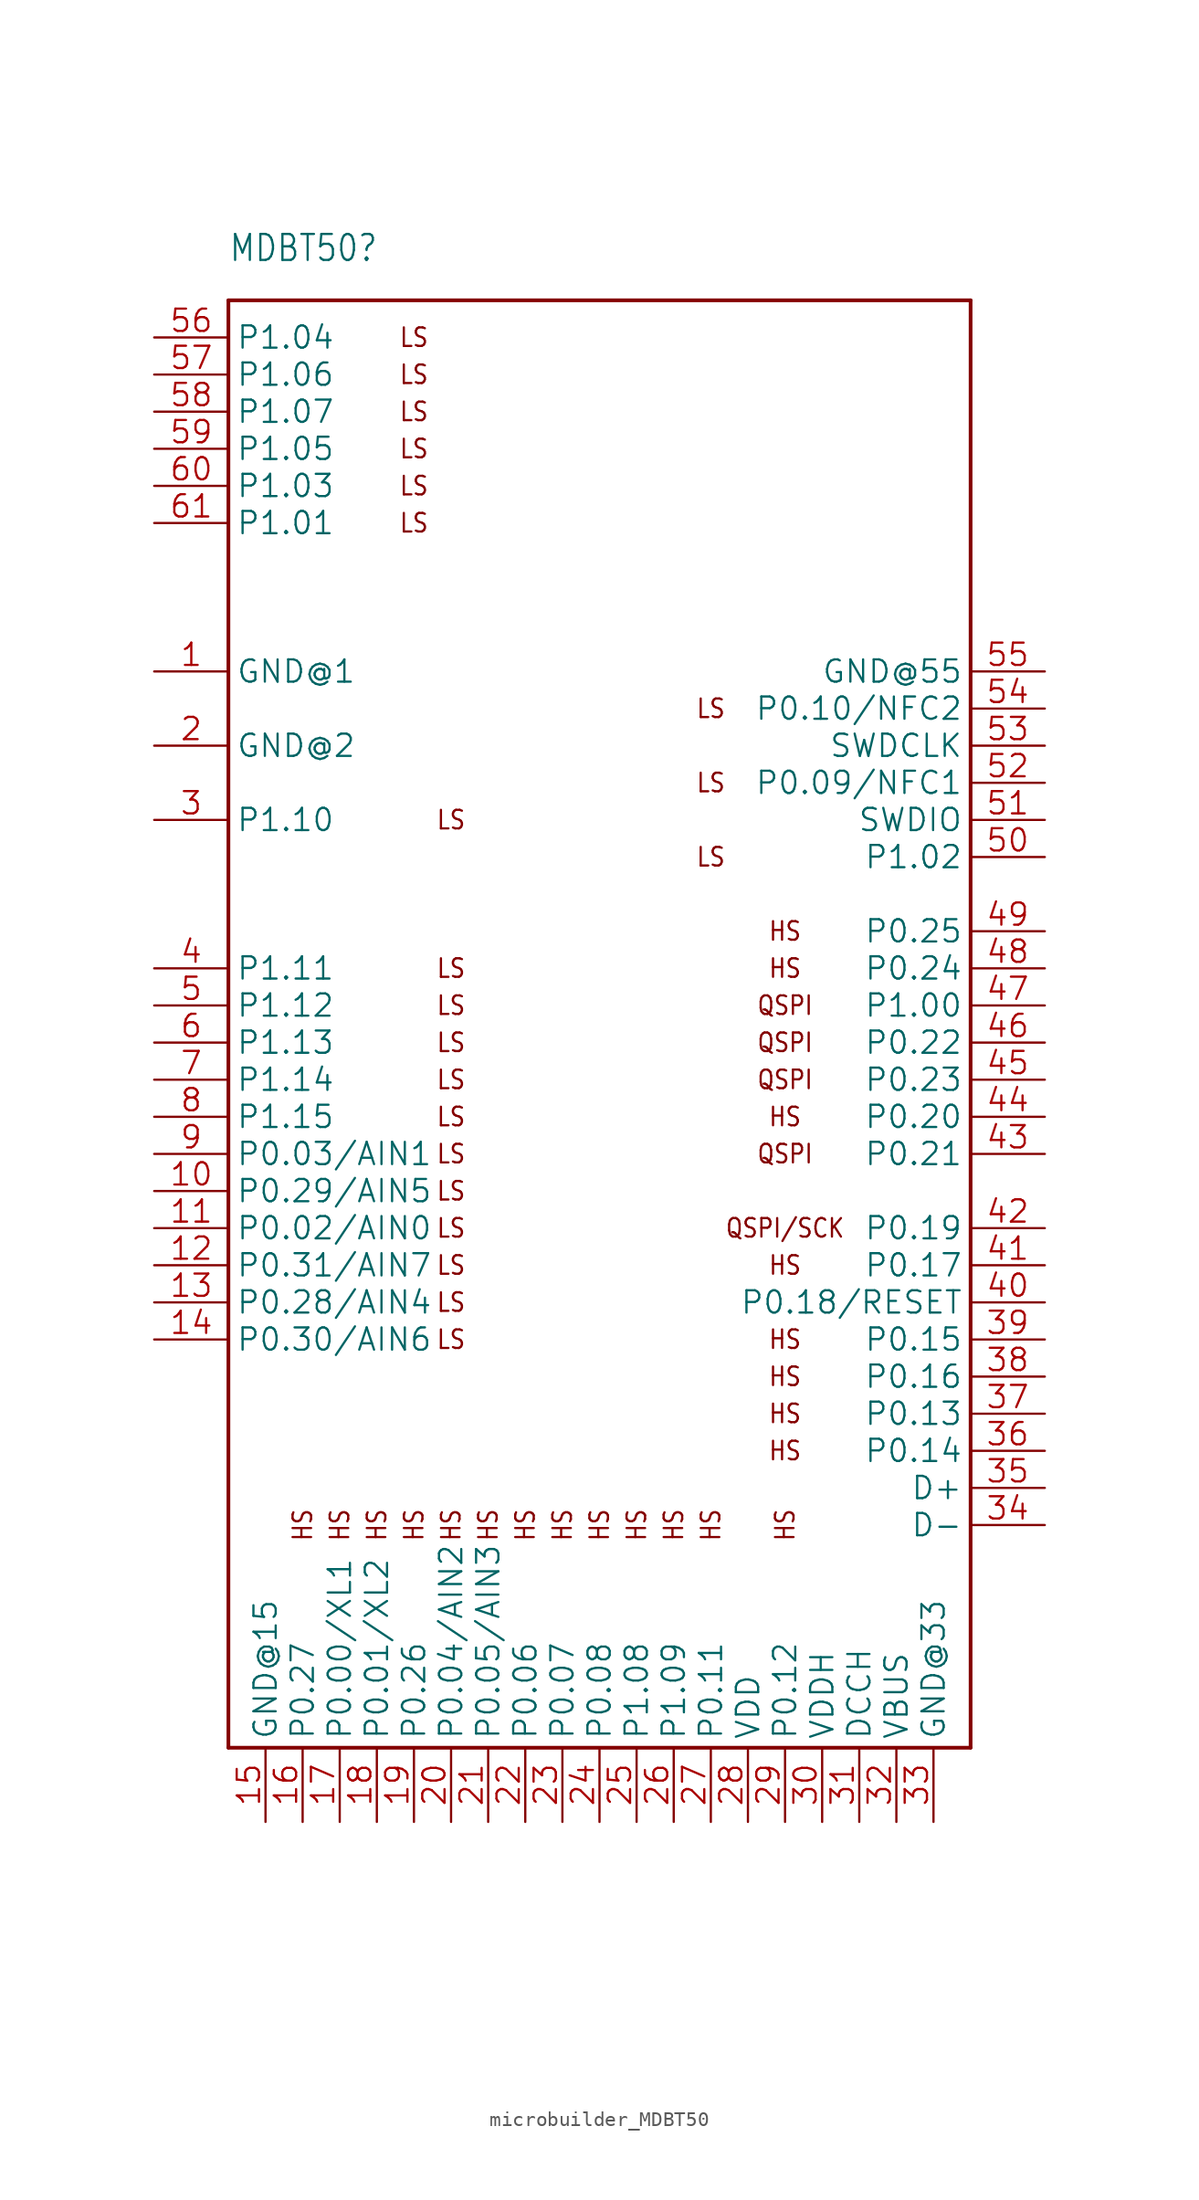
<source format=kicad_sym>
(kicad_symbol_lib
  (version 20241209)
  (generator "kicad_symbol_editor")
  (generator_version "9.0")
  (symbol "microbuilder_MDBT50"
    (property "Reference" "MDBT50"
      (at -25.4 50.8 0)
      (effects (font (size 1.778 1.511)) (justify left bottom)))
    (property "Value" ""
      (at -25.4 -63.5 0)
      (effects (font (size 1.778 1.511)) (justify left bottom)))
    (property "ki_locked" ""
      (at 0 0 0)
      (effects (font (size 1.27 1.27))))
    (symbol "microbuilder_MDBT50_1_0"
      (polyline (pts (xy -25.4 48.26) (xy -25.4 -50.8)) (stroke (width 0.254) (type solid)) (fill (type none)))
      (polyline (pts (xy -25.4 -50.8) (xy 25.4 -50.8)) (stroke (width 0.254) (type solid)) (fill (type none)))
      (polyline (pts (xy 25.4 48.26) (xy -25.4 48.26)) (stroke (width 0.254) (type solid)) (fill (type none)))
      (polyline (pts (xy 25.4 -50.8) (xy 25.4 48.26)) (stroke (width 0.254) (type solid)) (fill (type none)))
      (text "HS" (at -20.32 -35.56 900) (effects (font (size 1.27 1.079))))
      (text "HS" (at -17.78 -35.56 900) (effects (font (size 1.27 1.079))))
      (text "HS" (at -15.24 -35.56 900) (effects (font (size 1.27 1.079))))
      (text "LS" (at -12.7 45.72 0) (effects (font (size 1.27 1.079))))
      (text "LS" (at -12.7 43.18 0) (effects (font (size 1.27 1.079))))
      (text "LS" (at -12.7 40.64 0) (effects (font (size 1.27 1.079))))
      (text "LS" (at -12.7 38.1 0) (effects (font (size 1.27 1.079))))
      (text "LS" (at -12.7 35.56 0) (effects (font (size 1.27 1.079))))
      (text "LS" (at -12.7 33.02 0) (effects (font (size 1.27 1.079))))
      (text "HS" (at -12.7 -35.56 900) (effects (font (size 1.27 1.079))))
      (text "LS" (at -10.16 12.7 0) (effects (font (size 1.27 1.079))))
      (text "LS" (at -10.16 2.54 0) (effects (font (size 1.27 1.079))))
      (text "LS" (at -10.16 0 0) (effects (font (size 1.27 1.079))))
      (text "LS" (at -10.16 -2.54 0) (effects (font (size 1.27 1.079))))
      (text "LS" (at -10.16 -5.08 0) (effects (font (size 1.27 1.079))))
      (text "LS" (at -10.16 -7.62 0) (effects (font (size 1.27 1.079))))
      (text "LS" (at -10.16 -10.16 0) (effects (font (size 1.27 1.079))))
      (text "LS" (at -10.16 -12.7 0) (effects (font (size 1.27 1.079))))
      (text "LS" (at -10.16 -15.24 0) (effects (font (size 1.27 1.079))))
      (text "LS" (at -10.16 -17.78 0) (effects (font (size 1.27 1.079))))
      (text "LS" (at -10.16 -20.32 0) (effects (font (size 1.27 1.079))))
      (text "LS" (at -10.16 -22.86 0) (effects (font (size 1.27 1.079))))
      (text "HS" (at -10.16 -35.56 900) (effects (font (size 1.27 1.079))))
      (text "HS" (at -7.62 -35.56 900) (effects (font (size 1.27 1.079))))
      (text "HS" (at -5.08 -35.56 900) (effects (font (size 1.27 1.079))))
      (text "HS" (at -2.54 -35.56 900) (effects (font (size 1.27 1.079))))
      (text "HS" (at 0 -35.56 900) (effects (font (size 1.27 1.079))))
      (text "HS" (at 2.54 -35.56 900) (effects (font (size 1.27 1.079))))
      (text "HS" (at 5.08 -35.56 900) (effects (font (size 1.27 1.079))))
      (text "LS" (at 7.62 20.32 0) (effects (font (size 1.27 1.079))))
      (text "LS" (at 7.62 15.24 0) (effects (font (size 1.27 1.079))))
      (text "LS" (at 7.62 10.16 0) (effects (font (size 1.27 1.079))))
      (text "HS" (at 7.62 -35.56 900) (effects (font (size 1.27 1.079))))
      (text "HS" (at 12.7 5.08 0) (effects (font (size 1.27 1.079))))
      (text "HS" (at 12.7 2.54 0) (effects (font (size 1.27 1.079))))
      (text "QSPI" (at 12.7 0 0) (effects (font (size 1.27 1.079))))
      (text "QSPI" (at 12.7 -2.54 0) (effects (font (size 1.27 1.079))))
      (text "QSPI" (at 12.7 -5.08 0) (effects (font (size 1.27 1.079))))
      (text "HS" (at 12.7 -7.62 0) (effects (font (size 1.27 1.079))))
      (text "QSPI" (at 12.7 -10.16 0) (effects (font (size 1.27 1.079))))
      (text "QSPI/SCK" (at 12.7 -15.24 0) (effects (font (size 1.27 1.079))))
      (text "HS" (at 12.7 -17.78 0) (effects (font (size 1.27 1.079))))
      (text "HS" (at 12.7 -22.86 0) (effects (font (size 1.27 1.079))))
      (text "HS" (at 12.7 -25.4 0) (effects (font (size 1.27 1.079))))
      (text "HS" (at 12.7 -27.94 0) (effects (font (size 1.27 1.079))))
      (text "HS" (at 12.7 -30.48 0) (effects (font (size 1.27 1.079))))
      (text "HS" (at 12.7 -35.56 900) (effects (font (size 1.27 1.079))))
      (pin bidirectional line (at -30.48 45.72 0) (length 5.08) (name "P1.04" (effects (font (size 1.524 1.524)))) (number "56" (effects (font (size 1.524 1.524)))))
      (pin bidirectional line (at -30.48 43.18 0) (length 5.08) (name "P1.06" (effects (font (size 1.524 1.524)))) (number "57" (effects (font (size 1.524 1.524)))))
      (pin bidirectional line (at -30.48 40.64 0) (length 5.08) (name "P1.07" (effects (font (size 1.524 1.524)))) (number "58" (effects (font (size 1.524 1.524)))))
      (pin bidirectional line (at -30.48 38.1 0) (length 5.08) (name "P1.05" (effects (font (size 1.524 1.524)))) (number "59" (effects (font (size 1.524 1.524)))))
      (pin bidirectional line (at -30.48 35.56 0) (length 5.08) (name "P1.03" (effects (font (size 1.524 1.524)))) (number "60" (effects (font (size 1.524 1.524)))))
      (pin bidirectional line (at -30.48 33.02 0) (length 5.08) (name "P1.01" (effects (font (size 1.524 1.524)))) (number "61" (effects (font (size 1.524 1.524)))))
      (pin bidirectional line (at -30.48 22.86 0) (length 5.08) (name "GND@1" (effects (font (size 1.524 1.524)))) (number "1" (effects (font (size 1.524 1.524)))))
      (pin bidirectional line (at -30.48 17.78 0) (length 5.08) (name "GND@2" (effects (font (size 1.524 1.524)))) (number "2" (effects (font (size 1.524 1.524)))))
      (pin bidirectional line (at -30.48 12.7 0) (length 5.08) (name "P1.10" (effects (font (size 1.524 1.524)))) (number "3" (effects (font (size 1.524 1.524)))))
      (pin bidirectional line (at -30.48 2.54 0) (length 5.08) (name "P1.11" (effects (font (size 1.524 1.524)))) (number "4" (effects (font (size 1.524 1.524)))))
      (pin bidirectional line (at -30.48 0 0) (length 5.08) (name "P1.12" (effects (font (size 1.524 1.524)))) (number "5" (effects (font (size 1.524 1.524)))))
      (pin bidirectional line (at -30.48 -2.54 0) (length 5.08) (name "P1.13" (effects (font (size 1.524 1.524)))) (number "6" (effects (font (size 1.524 1.524)))))
      (pin bidirectional line (at -30.48 -5.08 0) (length 5.08) (name "P1.14" (effects (font (size 1.524 1.524)))) (number "7" (effects (font (size 1.524 1.524)))))
      (pin bidirectional line (at -30.48 -7.62 0) (length 5.08) (name "P1.15" (effects (font (size 1.524 1.524)))) (number "8" (effects (font (size 1.524 1.524)))))
      (pin bidirectional line (at -30.48 -10.16 0) (length 5.08) (name "P0.03/AIN1" (effects (font (size 1.524 1.524)))) (number "9" (effects (font (size 1.524 1.524)))))
      (pin bidirectional line (at -30.48 -12.7 0) (length 5.08) (name "P0.29/AIN5" (effects (font (size 1.524 1.524)))) (number "10" (effects (font (size 1.524 1.524)))))
      (pin bidirectional line (at -30.48 -15.24 0) (length 5.08) (name "P0.02/AIN0" (effects (font (size 1.524 1.524)))) (number "11" (effects (font (size 1.524 1.524)))))
      (pin bidirectional line (at -30.48 -17.78 0) (length 5.08) (name "P0.31/AIN7" (effects (font (size 1.524 1.524)))) (number "12" (effects (font (size 1.524 1.524)))))
      (pin bidirectional line (at -30.48 -20.32 0) (length 5.08) (name "P0.28/AIN4" (effects (font (size 1.524 1.524)))) (number "13" (effects (font (size 1.524 1.524)))))
      (pin bidirectional line (at -30.48 -22.86 0) (length 5.08) (name "P0.30/AIN6" (effects (font (size 1.524 1.524)))) (number "14" (effects (font (size 1.524 1.524)))))
      (pin bidirectional line (at -22.86 -55.88 90) (length 5.08) (name "GND@15" (effects (font (size 1.524 1.524)))) (number "15" (effects (font (size 1.524 1.524)))))
      (pin bidirectional line (at -20.32 -55.88 90) (length 5.08) (name "P0.27" (effects (font (size 1.524 1.524)))) (number "16" (effects (font (size 1.524 1.524)))))
      (pin bidirectional line (at -17.78 -55.88 90) (length 5.08) (name "P0.00/XL1" (effects (font (size 1.524 1.524)))) (number "17" (effects (font (size 1.524 1.524)))))
      (pin bidirectional line (at -15.24 -55.88 90) (length 5.08) (name "P0.01/XL2" (effects (font (size 1.524 1.524)))) (number "18" (effects (font (size 1.524 1.524)))))
      (pin bidirectional line (at -12.7 -55.88 90) (length 5.08) (name "P0.26" (effects (font (size 1.524 1.524)))) (number "19" (effects (font (size 1.524 1.524)))))
      (pin bidirectional line (at -10.16 -55.88 90) (length 5.08) (name "P0.04/AIN2" (effects (font (size 1.524 1.524)))) (number "20" (effects (font (size 1.524 1.524)))))
      (pin bidirectional line (at -7.62 -55.88 90) (length 5.08) (name "P0.05/AIN3" (effects (font (size 1.524 1.524)))) (number "21" (effects (font (size 1.524 1.524)))))
      (pin bidirectional line (at -5.08 -55.88 90) (length 5.08) (name "P0.06" (effects (font (size 1.524 1.524)))) (number "22" (effects (font (size 1.524 1.524)))))
      (pin bidirectional line (at -2.54 -55.88 90) (length 5.08) (name "P0.07" (effects (font (size 1.524 1.524)))) (number "23" (effects (font (size 1.524 1.524)))))
      (pin bidirectional line (at 0 -55.88 90) (length 5.08) (name "P0.08" (effects (font (size 1.524 1.524)))) (number "24" (effects (font (size 1.524 1.524)))))
      (pin bidirectional line (at 2.54 -55.88 90) (length 5.08) (name "P1.08" (effects (font (size 1.524 1.524)))) (number "25" (effects (font (size 1.524 1.524)))))
      (pin bidirectional line (at 5.08 -55.88 90) (length 5.08) (name "P1.09" (effects (font (size 1.524 1.524)))) (number "26" (effects (font (size 1.524 1.524)))))
      (pin bidirectional line (at 7.62 -55.88 90) (length 5.08) (name "P0.11" (effects (font (size 1.524 1.524)))) (number "27" (effects (font (size 1.524 1.524)))))
      (pin bidirectional line (at 10.16 -55.88 90) (length 5.08) (name "VDD" (effects (font (size 1.524 1.524)))) (number "28" (effects (font (size 1.524 1.524)))))
      (pin bidirectional line (at 12.7 -55.88 90) (length 5.08) (name "P0.12" (effects (font (size 1.524 1.524)))) (number "29" (effects (font (size 1.524 1.524)))))
      (pin bidirectional line (at 15.24 -55.88 90) (length 5.08) (name "VDDH" (effects (font (size 1.524 1.524)))) (number "30" (effects (font (size 1.524 1.524)))))
      (pin bidirectional line (at 17.78 -55.88 90) (length 5.08) (name "DCCH" (effects (font (size 1.524 1.524)))) (number "31" (effects (font (size 1.524 1.524)))))
      (pin bidirectional line (at 20.32 -55.88 90) (length 5.08) (name "VBUS" (effects (font (size 1.524 1.524)))) (number "32" (effects (font (size 1.524 1.524)))))
      (pin bidirectional line (at 22.86 -55.88 90) (length 5.08) (name "GND@33" (effects (font (size 1.524 1.524)))) (number "33" (effects (font (size 1.524 1.524)))))
      (pin bidirectional line (at 30.48 22.86 180) (length 5.08) (name "GND@55" (effects (font (size 1.524 1.524)))) (number "55" (effects (font (size 1.524 1.524)))))
      (pin bidirectional line (at 30.48 20.32 180) (length 5.08) (name "P0.10/NFC2" (effects (font (size 1.524 1.524)))) (number "54" (effects (font (size 1.524 1.524)))))
      (pin bidirectional line (at 30.48 17.78 180) (length 5.08) (name "SWDCLK" (effects (font (size 1.524 1.524)))) (number "53" (effects (font (size 1.524 1.524)))))
      (pin bidirectional line (at 30.48 15.24 180) (length 5.08) (name "P0.09/NFC1" (effects (font (size 1.524 1.524)))) (number "52" (effects (font (size 1.524 1.524)))))
      (pin bidirectional line (at 30.48 12.7 180) (length 5.08) (name "SWDIO" (effects (font (size 1.524 1.524)))) (number "51" (effects (font (size 1.524 1.524)))))
      (pin bidirectional line (at 30.48 10.16 180) (length 5.08) (name "P1.02" (effects (font (size 1.524 1.524)))) (number "50" (effects (font (size 1.524 1.524)))))
      (pin bidirectional line (at 30.48 5.08 180) (length 5.08) (name "P0.25" (effects (font (size 1.524 1.524)))) (number "49" (effects (font (size 1.524 1.524)))))
      (pin bidirectional line (at 30.48 2.54 180) (length 5.08) (name "P0.24" (effects (font (size 1.524 1.524)))) (number "48" (effects (font (size 1.524 1.524)))))
      (pin bidirectional line (at 30.48 0 180) (length 5.08) (name "P1.00" (effects (font (size 1.524 1.524)))) (number "47" (effects (font (size 1.524 1.524)))))
      (pin bidirectional line (at 30.48 -2.54 180) (length 5.08) (name "P0.22" (effects (font (size 1.524 1.524)))) (number "46" (effects (font (size 1.524 1.524)))))
      (pin bidirectional line (at 30.48 -5.08 180) (length 5.08) (name "P0.23" (effects (font (size 1.524 1.524)))) (number "45" (effects (font (size 1.524 1.524)))))
      (pin bidirectional line (at 30.48 -7.62 180) (length 5.08) (name "P0.20" (effects (font (size 1.524 1.524)))) (number "44" (effects (font (size 1.524 1.524)))))
      (pin bidirectional line (at 30.48 -10.16 180) (length 5.08) (name "P0.21" (effects (font (size 1.524 1.524)))) (number "43" (effects (font (size 1.524 1.524)))))
      (pin bidirectional line (at 30.48 -15.24 180) (length 5.08) (name "P0.19" (effects (font (size 1.524 1.524)))) (number "42" (effects (font (size 1.524 1.524)))))
      (pin bidirectional line (at 30.48 -17.78 180) (length 5.08) (name "P0.17" (effects (font (size 1.524 1.524)))) (number "41" (effects (font (size 1.524 1.524)))))
      (pin bidirectional line (at 30.48 -20.32 180) (length 5.08) (name "P0.18/RESET" (effects (font (size 1.524 1.524)))) (number "40" (effects (font (size 1.524 1.524)))))
      (pin bidirectional line (at 30.48 -22.86 180) (length 5.08) (name "P0.15" (effects (font (size 1.524 1.524)))) (number "39" (effects (font (size 1.524 1.524)))))
      (pin bidirectional line (at 30.48 -25.4 180) (length 5.08) (name "P0.16" (effects (font (size 1.524 1.524)))) (number "38" (effects (font (size 1.524 1.524)))))
      (pin bidirectional line (at 30.48 -27.94 180) (length 5.08) (name "P0.13" (effects (font (size 1.524 1.524)))) (number "37" (effects (font (size 1.524 1.524)))))
      (pin bidirectional line (at 30.48 -30.48 180) (length 5.08) (name "P0.14" (effects (font (size 1.524 1.524)))) (number "36" (effects (font (size 1.524 1.524)))))
      (pin bidirectional line (at 30.48 -33.02 180) (length 5.08) (name "D+" (effects (font (size 1.524 1.524)))) (number "35" (effects (font (size 1.524 1.524)))))
      (pin bidirectional line (at 30.48 -35.56 180) (length 5.08) (name "D-" (effects (font (size 1.524 1.524)))) (number "34" (effects (font (size 1.524 1.524))))))))
</source>
